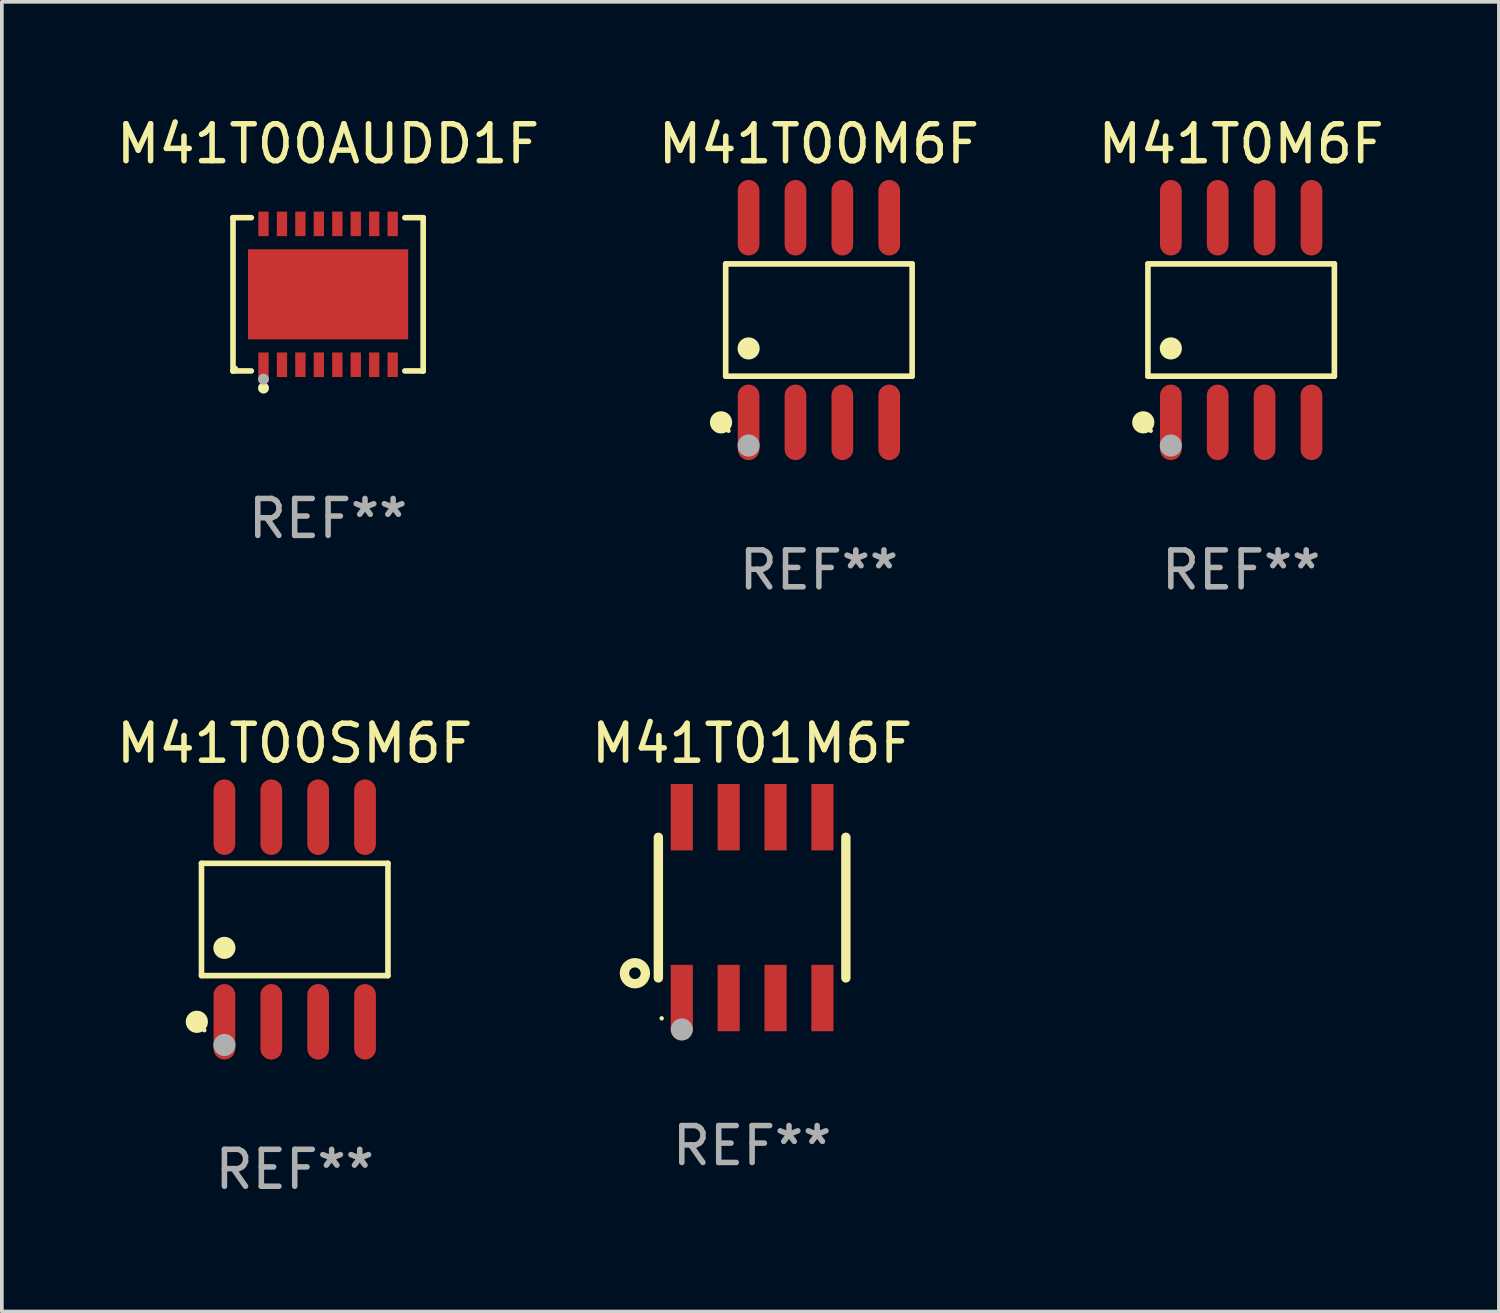
<source format=kicad_pcb>
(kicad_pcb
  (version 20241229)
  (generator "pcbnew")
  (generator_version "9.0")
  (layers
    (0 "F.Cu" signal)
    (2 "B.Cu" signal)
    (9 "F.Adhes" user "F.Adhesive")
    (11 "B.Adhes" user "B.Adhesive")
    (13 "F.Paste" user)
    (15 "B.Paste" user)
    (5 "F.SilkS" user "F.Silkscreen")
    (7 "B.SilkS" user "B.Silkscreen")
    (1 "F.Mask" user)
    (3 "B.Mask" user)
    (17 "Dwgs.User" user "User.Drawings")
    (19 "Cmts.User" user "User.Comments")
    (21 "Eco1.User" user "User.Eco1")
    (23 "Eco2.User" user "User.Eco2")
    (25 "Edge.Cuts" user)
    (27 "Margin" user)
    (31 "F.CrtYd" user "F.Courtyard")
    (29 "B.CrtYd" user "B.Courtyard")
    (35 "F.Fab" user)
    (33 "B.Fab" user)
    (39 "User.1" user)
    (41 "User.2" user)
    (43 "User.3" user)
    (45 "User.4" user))
  (footprint "M41T00M6F"
    (layer "F.Cu")
    (at 19.137 5.621)
    (property "Reference" "M41T00M6F" (at 0 -4.772 0) (layer "F.SilkS") (effects (font (size 1 1) (thickness 0.15))))
    (attr through_hole)
    (fp_line (start -2.526 -1.521) (end 2.526 -1.521) (stroke (width 0.152) (type solid)) (layer "F.SilkS"))
    (fp_line (start -2.526 1.521) (end -2.526 -1.521) (stroke (width 0.152) (type solid)) (layer "F.SilkS"))
    (fp_line (start 2.526 -1.521) (end 2.526 1.521) (stroke (width 0.152) (type solid)) (layer "F.SilkS"))
    (fp_line (start 2.526 1.521) (end -2.526 1.521) (stroke (width 0.152) (type solid)) (layer "F.SilkS"))
    (fp_circle (center -2.652 2.772) (end -2.501 2.772) (stroke (width 0.3) (type solid)) (fill no) (layer "F.SilkS"))
    (fp_circle (center -2.45 3) (end -2.42 3) (stroke (width 0.06) (type solid)) (fill no) (layer "F.SilkS"))
    (fp_circle (center -1.905 0.769) (end -1.755 0.769) (stroke (width 0.3) (type solid)) (fill no) (layer "F.SilkS"))
    (fp_circle (center -1.905 3.4) (end -1.755 3.4) (stroke (width 0.3) (type solid)) (fill no) (layer "F.Fab"))
    (fp_text user "REF**" (at 0 6.772 0) (layer "F.Fab") (effects (font (size 1 1) (thickness 0.15))))
    (pad "1" smd oval (at -1.905 2.772) (size 0.588 2.045) (layers "F.Cu" "F.Mask" "F.Paste"))
    (pad "2" smd oval (at -0.635 2.772) (size 0.588 2.045) (layers "F.Cu" "F.Mask" "F.Paste"))
    (pad "3" smd oval (at 0.635 2.772) (size 0.588 2.045) (layers "F.Cu" "F.Mask" "F.Paste"))
    (pad "4" smd oval (at 1.905 2.772) (size 0.588 2.045) (layers "F.Cu" "F.Mask" "F.Paste"))
    (pad "5" smd oval (at 1.905 -2.772) (size 0.588 2.045) (layers "F.Cu" "F.Mask" "F.Paste"))
    (pad "6" smd oval (at 0.635 -2.772) (size 0.588 2.045) (layers "F.Cu" "F.Mask" "F.Paste"))
    (pad "7" smd oval (at -0.635 -2.772) (size 0.588 2.045) (layers "F.Cu" "F.Mask" "F.Paste"))
    (pad "8" smd oval (at -1.905 -2.772) (size 0.588 2.045) (layers "F.Cu" "F.Mask" "F.Paste")))
  (footprint "M41T00SM6F"
    (layer "F.Cu")
    (at 4.935 21.862)
    (property "Reference" "M41T00SM6F" (at 0 -4.772 0) (layer "F.SilkS") (effects (font (size 1 1) (thickness 0.15))))
    (attr through_hole)
    (fp_line (start -2.526 -1.521) (end 2.526 -1.521) (stroke (width 0.152) (type solid)) (layer "F.SilkS"))
    (fp_line (start -2.526 1.521) (end -2.526 -1.521) (stroke (width 0.152) (type solid)) (layer "F.SilkS"))
    (fp_line (start 2.526 -1.521) (end 2.526 1.521) (stroke (width 0.152) (type solid)) (layer "F.SilkS"))
    (fp_line (start 2.526 1.521) (end -2.526 1.521) (stroke (width 0.152) (type solid)) (layer "F.SilkS"))
    (fp_circle (center -2.652 2.772) (end -2.501 2.772) (stroke (width 0.3) (type solid)) (fill no) (layer "F.SilkS"))
    (fp_circle (center -2.45 3) (end -2.42 3) (stroke (width 0.06) (type solid)) (fill no) (layer "F.SilkS"))
    (fp_circle (center -1.905 0.769) (end -1.755 0.769) (stroke (width 0.3) (type solid)) (fill no) (layer "F.SilkS"))
    (fp_circle (center -1.905 3.4) (end -1.755 3.4) (stroke (width 0.3) (type solid)) (fill no) (layer "F.Fab"))
    (fp_text user "REF**" (at 0 6.772 0) (layer "F.Fab") (effects (font (size 1 1) (thickness 0.15))))
    (pad "1" smd oval (at -1.905 2.772) (size 0.588 2.045) (layers "F.Cu" "F.Mask" "F.Paste"))
    (pad "2" smd oval (at -0.635 2.772) (size 0.588 2.045) (layers "F.Cu" "F.Mask" "F.Paste"))
    (pad "3" smd oval (at 0.635 2.772) (size 0.588 2.045) (layers "F.Cu" "F.Mask" "F.Paste"))
    (pad "4" smd oval (at 1.905 2.772) (size 0.588 2.045) (layers "F.Cu" "F.Mask" "F.Paste"))
    (pad "5" smd oval (at 1.905 -2.772) (size 0.588 2.045) (layers "F.Cu" "F.Mask" "F.Paste"))
    (pad "6" smd oval (at 0.635 -2.772) (size 0.588 2.045) (layers "F.Cu" "F.Mask" "F.Paste"))
    (pad "7" smd oval (at -0.635 -2.772) (size 0.588 2.045) (layers "F.Cu" "F.Mask" "F.Paste"))
    (pad "8" smd oval (at -1.905 -2.772) (size 0.588 2.045) (layers "F.Cu" "F.Mask" "F.Paste")))
  (footprint "M41T0M6F"
    (layer "F.Cu")
    (at 30.577 5.621)
    (property "Reference" "M41T0M6F" (at 0 -4.772 0) (layer "F.SilkS") (effects (font (size 1 1) (thickness 0.15))))
    (attr through_hole)
    (fp_line (start -2.526 -1.521) (end 2.526 -1.521) (stroke (width 0.152) (type solid)) (layer "F.SilkS"))
    (fp_line (start -2.526 1.521) (end -2.526 -1.521) (stroke (width 0.152) (type solid)) (layer "F.SilkS"))
    (fp_line (start 2.526 -1.521) (end 2.526 1.521) (stroke (width 0.152) (type solid)) (layer "F.SilkS"))
    (fp_line (start 2.526 1.521) (end -2.526 1.521) (stroke (width 0.152) (type solid)) (layer "F.SilkS"))
    (fp_circle (center -2.652 2.772) (end -2.501 2.772) (stroke (width 0.3) (type solid)) (fill no) (layer "F.SilkS"))
    (fp_circle (center -2.45 3) (end -2.42 3) (stroke (width 0.06) (type solid)) (fill no) (layer "F.SilkS"))
    (fp_circle (center -1.905 0.769) (end -1.755 0.769) (stroke (width 0.3) (type solid)) (fill no) (layer "F.SilkS"))
    (fp_circle (center -1.905 3.4) (end -1.755 3.4) (stroke (width 0.3) (type solid)) (fill no) (layer "F.Fab"))
    (fp_text user "REF**" (at 0 6.772 0) (layer "F.Fab") (effects (font (size 1 1) (thickness 0.15))))
    (pad "1" smd oval (at -1.905 2.772) (size 0.588 2.045) (layers "F.Cu" "F.Mask" "F.Paste"))
    (pad "2" smd oval (at -0.635 2.772) (size 0.588 2.045) (layers "F.Cu" "F.Mask" "F.Paste"))
    (pad "3" smd oval (at 0.635 2.772) (size 0.588 2.045) (layers "F.Cu" "F.Mask" "F.Paste"))
    (pad "4" smd oval (at 1.905 2.772) (size 0.588 2.045) (layers "F.Cu" "F.Mask" "F.Paste"))
    (pad "5" smd oval (at 1.905 -2.772) (size 0.588 2.045) (layers "F.Cu" "F.Mask" "F.Paste"))
    (pad "6" smd oval (at 0.635 -2.772) (size 0.588 2.045) (layers "F.Cu" "F.Mask" "F.Paste"))
    (pad "7" smd oval (at -0.635 -2.772) (size 0.588 2.045) (layers "F.Cu" "F.Mask" "F.Paste"))
    (pad "8" smd oval (at -1.905 -2.772) (size 0.588 2.045) (layers "F.Cu" "F.Mask" "F.Paste")))
  (footprint "M41T00AUDD1F"
    (layer "F.Cu")
    (at 5.839 4.924)
    (property "Reference" "M41T00AUDD1F" (at 0 -4.076 0) (layer "F.SilkS") (effects (font (size 1 1) (thickness 0.15))))
    (attr through_hole)
    (fp_line (start -2.576 -2.076) (end -2.576 -2.076) (stroke (width 0.152) (type solid)) (layer "F.SilkS"))
    (fp_line (start -2.576 -2.076) (end -2.08 -2.076) (stroke (width 0.152) (type solid)) (layer "F.SilkS"))
    (fp_line (start -2.576 2.076) (end -2.576 -2.076) (stroke (width 0.152) (type solid)) (layer "F.SilkS"))
    (fp_line (start -2.576 2.076) (end -2.576 2.076) (stroke (width 0.152) (type solid)) (layer "F.SilkS"))
    (fp_line (start -2.08 2.076) (end -2.576 2.076) (stroke (width 0.152) (type solid)) (layer "F.SilkS"))
    (fp_line (start 2.08 2.076) (end 2.576 2.076) (stroke (width 0.152) (type solid)) (layer "F.SilkS"))
    (fp_line (start 2.576 -2.076) (end 2.08 -2.076) (stroke (width 0.152) (type solid)) (layer "F.SilkS"))
    (fp_line (start 2.576 -2.076) (end 2.576 -2.076) (stroke (width 0.152) (type solid)) (layer "F.SilkS"))
    (fp_line (start 2.576 2.076) (end 2.576 -2.076) (stroke (width 0.152) (type solid)) (layer "F.SilkS"))
    (fp_line (start 2.576 2.076) (end 2.576 2.076) (stroke (width 0.152) (type solid)) (layer "F.SilkS"))
    (fp_circle (center -2.5 2) (end -2.47 2) (stroke (width 0.06) (type solid)) (fill no) (layer "F.SilkS"))
    (fp_circle (center -1.75 2.54) (end -1.675 2.54) (stroke (width 0.15) (type solid)) (fill no) (layer "F.SilkS"))
    (fp_circle (center -1.75 2.3) (end -1.675 2.3) (stroke (width 0.15) (type solid)) (fill no) (layer "F.Fab"))
    (fp_text user "REF**" (at 0 6.076 0) (layer "F.Fab") (effects (font (size 1 1) (thickness 0.15))))
    (pad "1" smd rect (at -1.75 1.908) (size 0.28 0.665) (layers "F.Cu" "F.Mask" "F.Paste"))
    (pad "2" smd rect (at -1.25 1.908) (size 0.28 0.665) (layers "F.Cu" "F.Mask" "F.Paste"))
    (pad "3" smd rect (at -0.75 1.908) (size 0.28 0.665) (layers "F.Cu" "F.Mask" "F.Paste"))
    (pad "4" smd rect (at -0.25 1.908) (size 0.28 0.665) (layers "F.Cu" "F.Mask" "F.Paste"))
    (pad "5" smd rect (at 0.25 1.908) (size 0.28 0.665) (layers "F.Cu" "F.Mask" "F.Paste"))
    (pad "6" smd rect (at 0.75 1.908) (size 0.28 0.665) (layers "F.Cu" "F.Mask" "F.Paste"))
    (pad "7" smd rect (at 1.25 1.908) (size 0.28 0.665) (layers "F.Cu" "F.Mask" "F.Paste"))
    (pad "8" smd rect (at 1.75 1.908) (size 0.28 0.665) (layers "F.Cu" "F.Mask" "F.Paste"))
    (pad "9" smd rect (at 1.75 -1.908) (size 0.28 0.665) (layers "F.Cu" "F.Mask" "F.Paste"))
    (pad "10" smd rect (at 1.25 -1.908) (size 0.28 0.665) (layers "F.Cu" "F.Mask" "F.Paste"))
    (pad "11" smd rect (at 0.75 -1.908) (size 0.28 0.665) (layers "F.Cu" "F.Mask" "F.Paste"))
    (pad "12" smd rect (at 0.25 -1.908) (size 0.28 0.665) (layers "F.Cu" "F.Mask" "F.Paste"))
    (pad "13" smd rect (at -0.25 -1.908) (size 0.28 0.665) (layers "F.Cu" "F.Mask" "F.Paste"))
    (pad "14" smd rect (at -0.75 -1.908) (size 0.28 0.665) (layers "F.Cu" "F.Mask" "F.Paste"))
    (pad "15" smd rect (at -1.25 -1.908) (size 0.28 0.665) (layers "F.Cu" "F.Mask" "F.Paste"))
    (pad "16" smd rect (at -1.75 -1.908) (size 0.28 0.665) (layers "F.Cu" "F.Mask" "F.Paste"))
    (pad "17" smd rect (at 0 0) (size 4.34 2.44) (layers "F.Cu" "F.Mask" "F.Paste")))
  (footprint "M41T01M6F"
    (layer "F.Cu")
    (at 17.327 21.54)
    (property "Reference" "M41T01M6F" (at 0 -4.45 0) (layer "F.SilkS") (effects (font (size 1 1) (thickness 0.15))))
    (attr through_hole)
    (fp_line (start -2.54 -1.905) (end -2.54 1.905) (stroke (width 0.254) (type solid)) (layer "F.SilkS"))
    (fp_line (start 2.54 -1.905) (end 2.54 1.905) (stroke (width 0.254) (type solid)) (layer "F.SilkS"))
    (fp_circle (center -3.175 1.778) (end -2.891 1.778) (stroke (width 0.254) (type solid)) (fill no) (layer "F.SilkS"))
    (fp_circle (center -2.45 3) (end -2.42 3) (stroke (width 0.06) (type solid)) (fill no) (layer "F.SilkS"))
    (fp_circle (center -1.905 3.302) (end -1.755 3.302) (stroke (width 0.3) (type solid)) (fill no) (layer "F.Fab"))
    (fp_text user "REF**" (at 0 6.45 0) (layer "F.Fab") (effects (font (size 1 1) (thickness 0.15))))
    (pad "1" smd rect (at -1.905 2.45) (size 0.6 1.8) (layers "F.Cu" "F.Mask" "F.Paste"))
    (pad "2" smd rect (at -0.635 2.45) (size 0.6 1.8) (layers "F.Cu" "F.Mask" "F.Paste"))
    (pad "3" smd rect (at 0.635 2.45) (size 0.6 1.8) (layers "F.Cu" "F.Mask" "F.Paste"))
    (pad "4" smd rect (at 1.905 2.45) (size 0.6 1.8) (layers "F.Cu" "F.Mask" "F.Paste"))
    (pad "5" smd rect (at 1.905 -2.45 180) (size 0.6 1.8) (layers "F.Cu" "F.Mask" "F.Paste"))
    (pad "6" smd rect (at 0.635 -2.45 180) (size 0.6 1.8) (layers "F.Cu" "F.Mask" "F.Paste"))
    (pad "7" smd rect (at -0.635 -2.45 180) (size 0.6 1.8) (layers "F.Cu" "F.Mask" "F.Paste"))
    (pad "8" smd rect (at -1.905 -2.45 180) (size 0.6 1.8) (layers "F.Cu" "F.Mask" "F.Paste")))
  (gr_rect
    (start -3 -3)
    (end 37.56 32.483)
    (stroke (width 0.1) (type default))
    (fill no)
    (layer "Edge.Cuts")))
</source>
